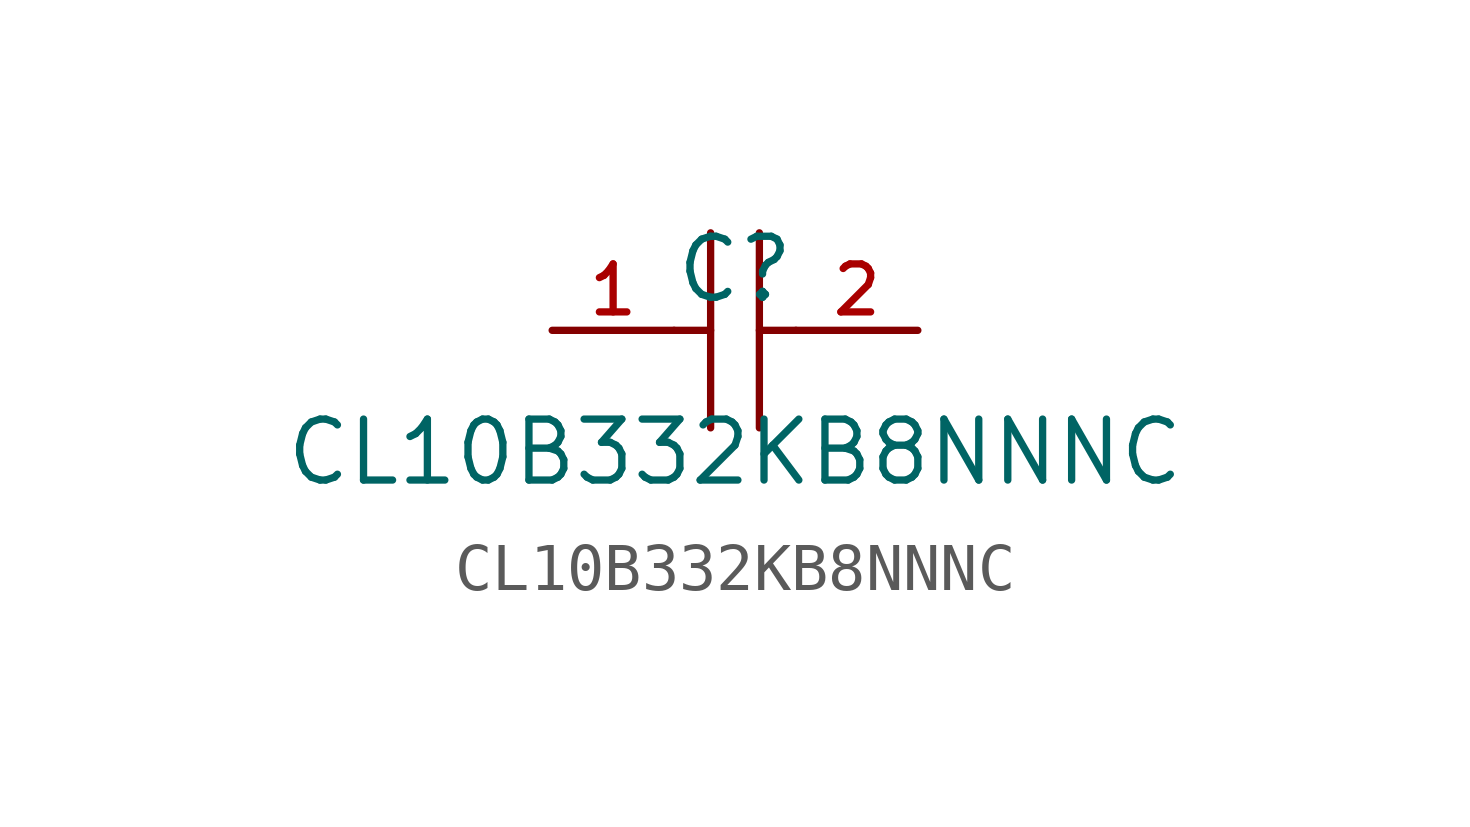
<source format=kicad_sym>
(kicad_symbol_lib
  (version 20210201)
  (generator TousstNicolas/JLC2KiCad_lib)
  (symbol "CL10B332KB8NNNC"
    (pin_names hide)
    (property "Reference" "C"
      (at 0 1.27 0)
      (effects (font (size 1.27 1.27))))
    (property "Value" "CL10B332KB8NNNC"
      (at 0 -2.54 0)
      (effects (font (size 1.27 1.27))))
    (symbol "CL10B332KB8NNNC_0_1"
      (polyline (pts (xy -0.508 2.032) (xy -0.508 -2.032)) (stroke (width 0) (type default) (color 0 0 0 0)) (fill (type none)))
      (polyline (pts (xy 0.508 2.032) (xy 0.508 -2.032)) (stroke (width 0) (type default) (color 0 0 0 0)) (fill (type none)))
      (pin input line (at -3.81 -0.0 0) (length 2.54) (name "1" (effects (font (size 1 1)))) (number "1" (effects (font (size 1 1)))))
      (pin input line (at 3.81 -0.0 180) (length 2.54) (name "2" (effects (font (size 1 1)))) (number "2" (effects (font (size 1 1)))))
      (polyline (pts (xy -1.27 -0.0) (xy -0.508 -0.0)) (stroke (width 0) (type default) (color 0 0 0 0)) (fill (type none)))
      (polyline (pts (xy 0.508 -0.0) (xy 1.27 -0.0)) (stroke (width 0) (type default) (color 0 0 0 0)) (fill (type none))))))
</source>
